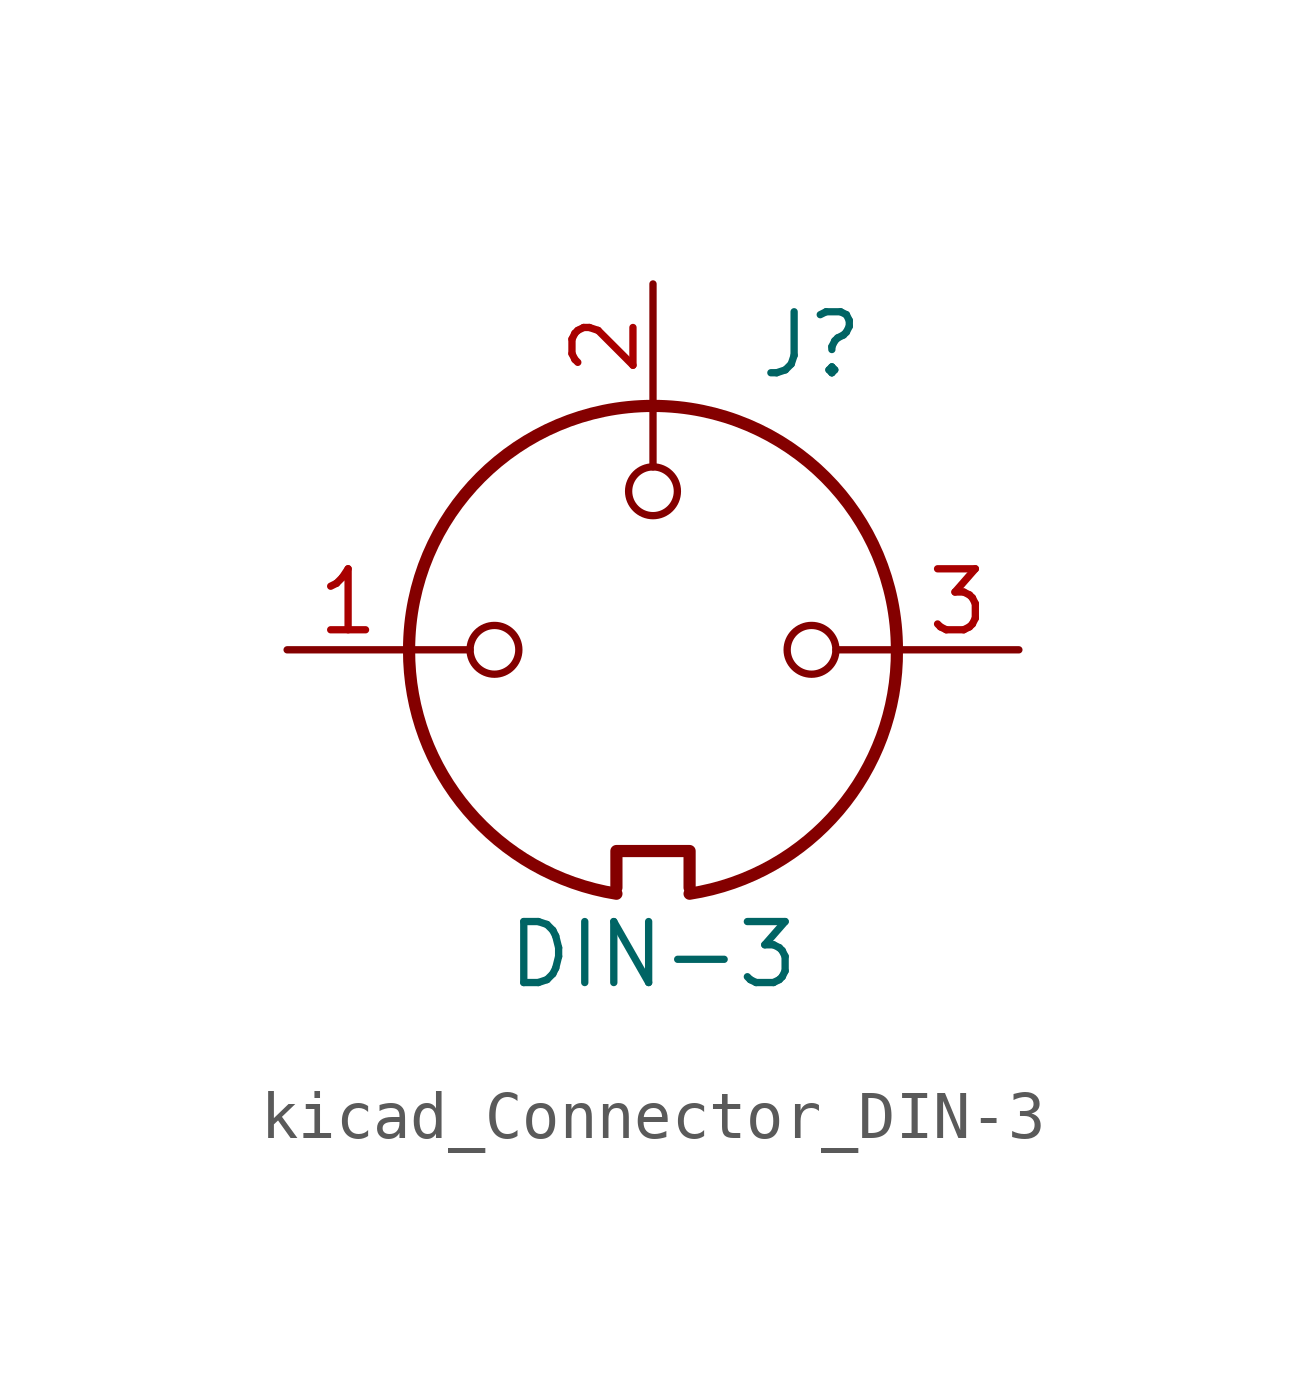
<source format=kicad_sym>
(kicad_symbol_lib
  (version 20220914)
  (generator kicad_symbol_editor)
  (symbol "kicad_Connector_DIN-3"
    (pin_names
      (offset 1.016))
    (property "Reference" "J"
      (at 3.302 6.35 0)
      (effects (font (size 1.27 1.27))))
    (property "Value" "DIN-3"
      (at 0 -6.35 0)
      (effects (font (size 1.27 1.27))))
    (symbol "kicad_Connector_DIN-3_0_1"
      (arc (start -5.08 0) (mid -3.8609 -3.3364) (end -0.762 -5.08) (stroke (width 0.254) (type default)) (fill (type none)))
      (circle (center -3.302 0) (radius 0.508) (stroke (width 0) (type default)) (fill (type none)))
      (polyline (pts (xy -3.81 0) (xy -5.08 0)) (stroke (width 0) (type default)) (fill (type none)))
      (polyline (pts (xy 0 3.81) (xy 0 5.08)) (stroke (width 0) (type default)) (fill (type none)))
      (polyline (pts (xy 5.08 0) (xy 3.81 0)) (stroke (width 0) (type default)) (fill (type none)))
      (polyline (pts (xy -0.762 -4.953) (xy -0.762 -4.191) (xy 0.762 -4.191) (xy 0.762 -4.953)) (stroke (width 0.254) (type default)) (fill (type none)))
      (circle (center 0 3.302) (radius 0.508) (stroke (width 0) (type default)) (fill (type none)))
      (arc (start 0.762 -5.08) (mid 3.8685 -3.343) (end 5.08 0) (stroke (width 0.254) (type default)) (fill (type none)))
      (circle (center 3.302 0) (radius 0.508) (stroke (width 0) (type default)) (fill (type none)))
      (arc (start 5.08 0) (mid 0 5.0579) (end -5.08 0) (stroke (width 0.254) (type default)) (fill (type none))))
    (symbol "kicad_Connector_DIN-3_1_1"
      (pin passive line (at -7.62 0 0) (length 2.54) (name "~" (effects (font (size 1.27 1.27)))) (number "1" (effects (font (size 1.27 1.27)))))
      (pin passive line (at 0 7.62 270) (length 2.54) (name "~" (effects (font (size 1.27 1.27)))) (number "2" (effects (font (size 1.27 1.27)))))
      (pin passive line (at 7.62 0 180) (length 2.54) (name "~" (effects (font (size 1.27 1.27)))) (number "3" (effects (font (size 1.27 1.27))))))))
</source>
